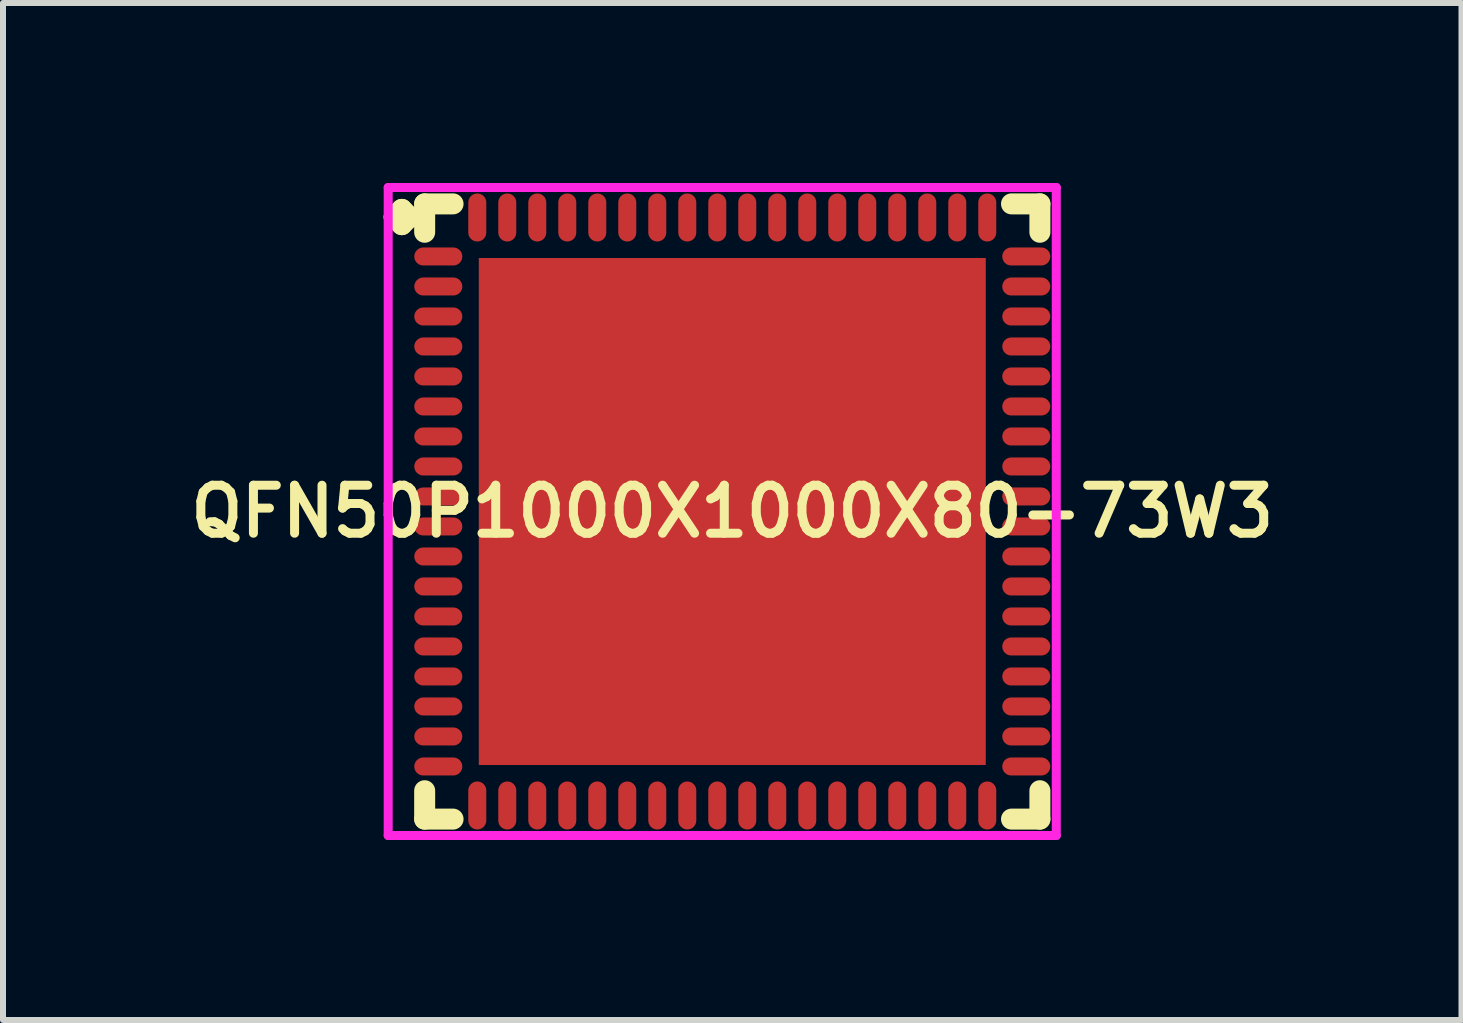
<source format=kicad_pcb>
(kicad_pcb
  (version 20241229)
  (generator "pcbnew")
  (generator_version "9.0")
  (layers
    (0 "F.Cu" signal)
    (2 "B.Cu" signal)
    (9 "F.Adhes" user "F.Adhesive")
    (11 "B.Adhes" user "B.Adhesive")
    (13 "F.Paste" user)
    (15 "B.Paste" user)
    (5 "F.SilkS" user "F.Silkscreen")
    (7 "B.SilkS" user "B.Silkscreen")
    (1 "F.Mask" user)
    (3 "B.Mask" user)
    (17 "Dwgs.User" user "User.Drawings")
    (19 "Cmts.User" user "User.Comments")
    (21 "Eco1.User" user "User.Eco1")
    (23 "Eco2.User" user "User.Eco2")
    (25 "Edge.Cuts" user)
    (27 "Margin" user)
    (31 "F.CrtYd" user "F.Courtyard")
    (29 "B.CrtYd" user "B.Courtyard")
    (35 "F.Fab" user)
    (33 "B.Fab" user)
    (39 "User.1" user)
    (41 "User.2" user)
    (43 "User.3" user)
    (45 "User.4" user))
  (footprint "QFN50P1000X1000X80-73W3"
    (layer "F.Cu")
    (at 9.155 5.475)
    (property "Reference" "QFN50P1000X1000X80-73W3" (at 0 0 0) (layer "F.SilkS") (effects (font (size 0.8 0.8) (thickness 0.15))))
    (attr through_hole)
    (fp_line (start -5.635 -4.908) (end -5.508 -5.035) (stroke (width 0.35) (type solid)) (layer "F.SilkS"))
    (fp_line (start -5.508 -5.035) (end -5.381 -4.908) (stroke (width 0.35) (type solid)) (layer "F.SilkS"))
    (fp_line (start -5.508 -4.781) (end -5.635 -4.908) (stroke (width 0.35) (type solid)) (layer "F.SilkS"))
    (fp_line (start -5.381 -4.908) (end -5.508 -4.781) (stroke (width 0.35) (type solid)) (layer "F.SilkS"))
    (fp_line (start -5.127 -5.127) (end -4.654 -5.127) (stroke (width 0.35) (type solid)) (layer "F.SilkS"))
    (fp_line (start -5.127 -4.654) (end -5.127 -5.127) (stroke (width 0.35) (type solid)) (layer "F.SilkS"))
    (fp_line (start -5.127 4.654) (end -5.127 5.127) (stroke (width 0.35) (type solid)) (layer "F.SilkS"))
    (fp_line (start -5.127 5.127) (end -4.654 5.127) (stroke (width 0.35) (type solid)) (layer "F.SilkS"))
    (fp_line (start 4.654 -5.127) (end 5.127 -5.127) (stroke (width 0.35) (type solid)) (layer "F.SilkS"))
    (fp_line (start 4.654 5.127) (end 5.127 5.127) (stroke (width 0.35) (type solid)) (layer "F.SilkS"))
    (fp_line (start 5.127 -5.127) (end 5.127 -4.654) (stroke (width 0.35) (type solid)) (layer "F.SilkS"))
    (fp_line (start 5.127 5.127) (end 5.127 4.654) (stroke (width 0.35) (type solid)) (layer "F.SilkS"))
    (fp_line (start -5.735 -5.4) (end 5.4 -5.4) (stroke (width 0.15) (type solid)) (layer "F.CrtYd"))
    (fp_line (start -5.735 5.4) (end -5.735 -5.4) (stroke (width 0.15) (type solid)) (layer "F.CrtYd"))
    (fp_line (start 5.4 -5.4) (end 5.4 5.4) (stroke (width 0.15) (type solid)) (layer "F.CrtYd"))
    (fp_line (start 5.4 5.4) (end -5.735 5.4) (stroke (width 0.15) (type solid)) (layer "F.CrtYd"))
    (pad "1" smd oval (at -4.9 -4.25) (size 0.8 0.3) (layers "F.Cu" "F.Mask" "F.Paste"))
    (pad "2" smd oval (at -4.9 -3.75) (size 0.8 0.3) (layers "F.Cu" "F.Mask" "F.Paste"))
    (pad "3" smd oval (at -4.9 -3.25) (size 0.8 0.3) (layers "F.Cu" "F.Mask" "F.Paste"))
    (pad "4" smd oval (at -4.9 -2.75) (size 0.8 0.3) (layers "F.Cu" "F.Mask" "F.Paste"))
    (pad "5" smd oval (at -4.9 -2.25) (size 0.8 0.3) (layers "F.Cu" "F.Mask" "F.Paste"))
    (pad "6" smd oval (at -4.9 -1.75) (size 0.8 0.3) (layers "F.Cu" "F.Mask" "F.Paste"))
    (pad "7" smd oval (at -4.9 -1.25) (size 0.8 0.3) (layers "F.Cu" "F.Mask" "F.Paste"))
    (pad "8" smd oval (at -4.9 -0.75) (size 0.8 0.3) (layers "F.Cu" "F.Mask" "F.Paste"))
    (pad "9" smd oval (at -4.9 -0.25) (size 0.8 0.3) (layers "F.Cu" "F.Mask" "F.Paste"))
    (pad "10" smd oval (at -4.9 0.25) (size 0.8 0.3) (layers "F.Cu" "F.Mask" "F.Paste"))
    (pad "11" smd oval (at -4.9 0.75) (size 0.8 0.3) (layers "F.Cu" "F.Mask" "F.Paste"))
    (pad "12" smd oval (at -4.9 1.25) (size 0.8 0.3) (layers "F.Cu" "F.Mask" "F.Paste"))
    (pad "13" smd oval (at -4.9 1.75) (size 0.8 0.3) (layers "F.Cu" "F.Mask" "F.Paste"))
    (pad "14" smd oval (at -4.9 2.25) (size 0.8 0.3) (layers "F.Cu" "F.Mask" "F.Paste"))
    (pad "15" smd oval (at -4.9 2.75) (size 0.8 0.3) (layers "F.Cu" "F.Mask" "F.Paste"))
    (pad "16" smd oval (at -4.9 3.25) (size 0.8 0.3) (layers "F.Cu" "F.Mask" "F.Paste"))
    (pad "17" smd oval (at -4.9 3.75) (size 0.8 0.3) (layers "F.Cu" "F.Mask" "F.Paste"))
    (pad "18" smd oval (at -4.9 4.25) (size 0.8 0.3) (layers "F.Cu" "F.Mask" "F.Paste"))
    (pad "19" smd oval (at -4.25 4.9) (size 0.3 0.8) (layers "F.Cu" "F.Mask" "F.Paste"))
    (pad "20" smd oval (at -3.75 4.9) (size 0.3 0.8) (layers "F.Cu" "F.Mask" "F.Paste"))
    (pad "21" smd oval (at -3.25 4.9) (size 0.3 0.8) (layers "F.Cu" "F.Mask" "F.Paste"))
    (pad "22" smd oval (at -2.75 4.9) (size 0.3 0.8) (layers "F.Cu" "F.Mask" "F.Paste"))
    (pad "23" smd oval (at -2.25 4.9) (size 0.3 0.8) (layers "F.Cu" "F.Mask" "F.Paste"))
    (pad "24" smd oval (at -1.75 4.9) (size 0.3 0.8) (layers "F.Cu" "F.Mask" "F.Paste"))
    (pad "25" smd oval (at -1.25 4.9) (size 0.3 0.8) (layers "F.Cu" "F.Mask" "F.Paste"))
    (pad "26" smd oval (at -0.75 4.9) (size 0.3 0.8) (layers "F.Cu" "F.Mask" "F.Paste"))
    (pad "27" smd oval (at -0.25 4.9) (size 0.3 0.8) (layers "F.Cu" "F.Mask" "F.Paste"))
    (pad "28" smd oval (at 0.25 4.9) (size 0.3 0.8) (layers "F.Cu" "F.Mask" "F.Paste"))
    (pad "29" smd oval (at 0.75 4.9) (size 0.3 0.8) (layers "F.Cu" "F.Mask" "F.Paste"))
    (pad "30" smd oval (at 1.25 4.9) (size 0.3 0.8) (layers "F.Cu" "F.Mask" "F.Paste"))
    (pad "31" smd oval (at 1.75 4.9) (size 0.3 0.8) (layers "F.Cu" "F.Mask" "F.Paste"))
    (pad "32" smd oval (at 2.25 4.9) (size 0.3 0.8) (layers "F.Cu" "F.Mask" "F.Paste"))
    (pad "33" smd oval (at 2.75 4.9) (size 0.3 0.8) (layers "F.Cu" "F.Mask" "F.Paste"))
    (pad "34" smd oval (at 3.25 4.9) (size 0.3 0.8) (layers "F.Cu" "F.Mask" "F.Paste"))
    (pad "35" smd oval (at 3.75 4.9) (size 0.3 0.8) (layers "F.Cu" "F.Mask" "F.Paste"))
    (pad "36" smd oval (at 4.25 4.9) (size 0.3 0.8) (layers "F.Cu" "F.Mask" "F.Paste"))
    (pad "37" smd oval (at 4.9 4.25) (size 0.8 0.3) (layers "F.Cu" "F.Mask" "F.Paste"))
    (pad "38" smd oval (at 4.9 3.75) (size 0.8 0.3) (layers "F.Cu" "F.Mask" "F.Paste"))
    (pad "39" smd oval (at 4.9 3.25) (size 0.8 0.3) (layers "F.Cu" "F.Mask" "F.Paste"))
    (pad "40" smd oval (at 4.9 2.75) (size 0.8 0.3) (layers "F.Cu" "F.Mask" "F.Paste"))
    (pad "41" smd oval (at 4.9 2.25) (size 0.8 0.3) (layers "F.Cu" "F.Mask" "F.Paste"))
    (pad "42" smd oval (at 4.9 1.75) (size 0.8 0.3) (layers "F.Cu" "F.Mask" "F.Paste"))
    (pad "43" smd oval (at 4.9 1.25) (size 0.8 0.3) (layers "F.Cu" "F.Mask" "F.Paste"))
    (pad "44" smd oval (at 4.9 0.75) (size 0.8 0.3) (layers "F.Cu" "F.Mask" "F.Paste"))
    (pad "45" smd oval (at 4.9 0.25) (size 0.8 0.3) (layers "F.Cu" "F.Mask" "F.Paste"))
    (pad "46" smd oval (at 4.9 -0.25) (size 0.8 0.3) (layers "F.Cu" "F.Mask" "F.Paste"))
    (pad "47" smd oval (at 4.9 -0.75) (size 0.8 0.3) (layers "F.Cu" "F.Mask" "F.Paste"))
    (pad "48" smd oval (at 4.9 -1.25) (size 0.8 0.3) (layers "F.Cu" "F.Mask" "F.Paste"))
    (pad "49" smd oval (at 4.9 -1.75) (size 0.8 0.3) (layers "F.Cu" "F.Mask" "F.Paste"))
    (pad "50" smd oval (at 4.9 -2.25) (size 0.8 0.3) (layers "F.Cu" "F.Mask" "F.Paste"))
    (pad "51" smd oval (at 4.9 -2.75) (size 0.8 0.3) (layers "F.Cu" "F.Mask" "F.Paste"))
    (pad "52" smd oval (at 4.9 -3.25) (size 0.8 0.3) (layers "F.Cu" "F.Mask" "F.Paste"))
    (pad "53" smd oval (at 4.9 -3.75) (size 0.8 0.3) (layers "F.Cu" "F.Mask" "F.Paste"))
    (pad "54" smd oval (at 4.9 -4.25) (size 0.8 0.3) (layers "F.Cu" "F.Mask" "F.Paste"))
    (pad "55" smd oval (at 4.25 -4.9) (size 0.3 0.8) (layers "F.Cu" "F.Mask" "F.Paste"))
    (pad "56" smd oval (at 3.75 -4.9) (size 0.3 0.8) (layers "F.Cu" "F.Mask" "F.Paste"))
    (pad "57" smd oval (at 3.25 -4.9) (size 0.3 0.8) (layers "F.Cu" "F.Mask" "F.Paste"))
    (pad "58" smd oval (at 2.75 -4.9) (size 0.3 0.8) (layers "F.Cu" "F.Mask" "F.Paste"))
    (pad "59" smd oval (at 2.25 -4.9) (size 0.3 0.8) (layers "F.Cu" "F.Mask" "F.Paste"))
    (pad "60" smd oval (at 1.75 -4.9) (size 0.3 0.8) (layers "F.Cu" "F.Mask" "F.Paste"))
    (pad "61" smd oval (at 1.25 -4.9) (size 0.3 0.8) (layers "F.Cu" "F.Mask" "F.Paste"))
    (pad "62" smd oval (at 0.75 -4.9) (size 0.3 0.8) (layers "F.Cu" "F.Mask" "F.Paste"))
    (pad "63" smd oval (at 0.25 -4.9) (size 0.3 0.8) (layers "F.Cu" "F.Mask" "F.Paste"))
    (pad "64" smd oval (at -0.25 -4.9) (size 0.3 0.8) (layers "F.Cu" "F.Mask" "F.Paste"))
    (pad "65" smd oval (at -0.75 -4.9) (size 0.3 0.8) (layers "F.Cu" "F.Mask" "F.Paste"))
    (pad "66" smd oval (at -1.25 -4.9) (size 0.3 0.8) (layers "F.Cu" "F.Mask" "F.Paste"))
    (pad "67" smd oval (at -1.75 -4.9) (size 0.3 0.8) (layers "F.Cu" "F.Mask" "F.Paste"))
    (pad "68" smd oval (at -2.25 -4.9) (size 0.3 0.8) (layers "F.Cu" "F.Mask" "F.Paste"))
    (pad "69" smd oval (at -2.75 -4.9) (size 0.3 0.8) (layers "F.Cu" "F.Mask" "F.Paste"))
    (pad "70" smd oval (at -3.25 -4.9) (size 0.3 0.8) (layers "F.Cu" "F.Mask" "F.Paste"))
    (pad "71" smd oval (at -3.75 -4.9) (size 0.3 0.8) (layers "F.Cu" "F.Mask" "F.Paste"))
    (pad "72" smd oval (at -4.25 -4.9) (size 0.3 0.8) (layers "F.Cu" "F.Mask" "F.Paste"))
    (pad "73" smd rect (at 0 0) (size 8.45 8.45) (layers "F.Cu" "F.Mask" "F.Paste")))
  (gr_rect
    (start -3 -3)
    (end 21.309 13.95)
    (stroke (width 0.1) (type default))
    (fill no)
    (layer "Edge.Cuts")))
</source>
